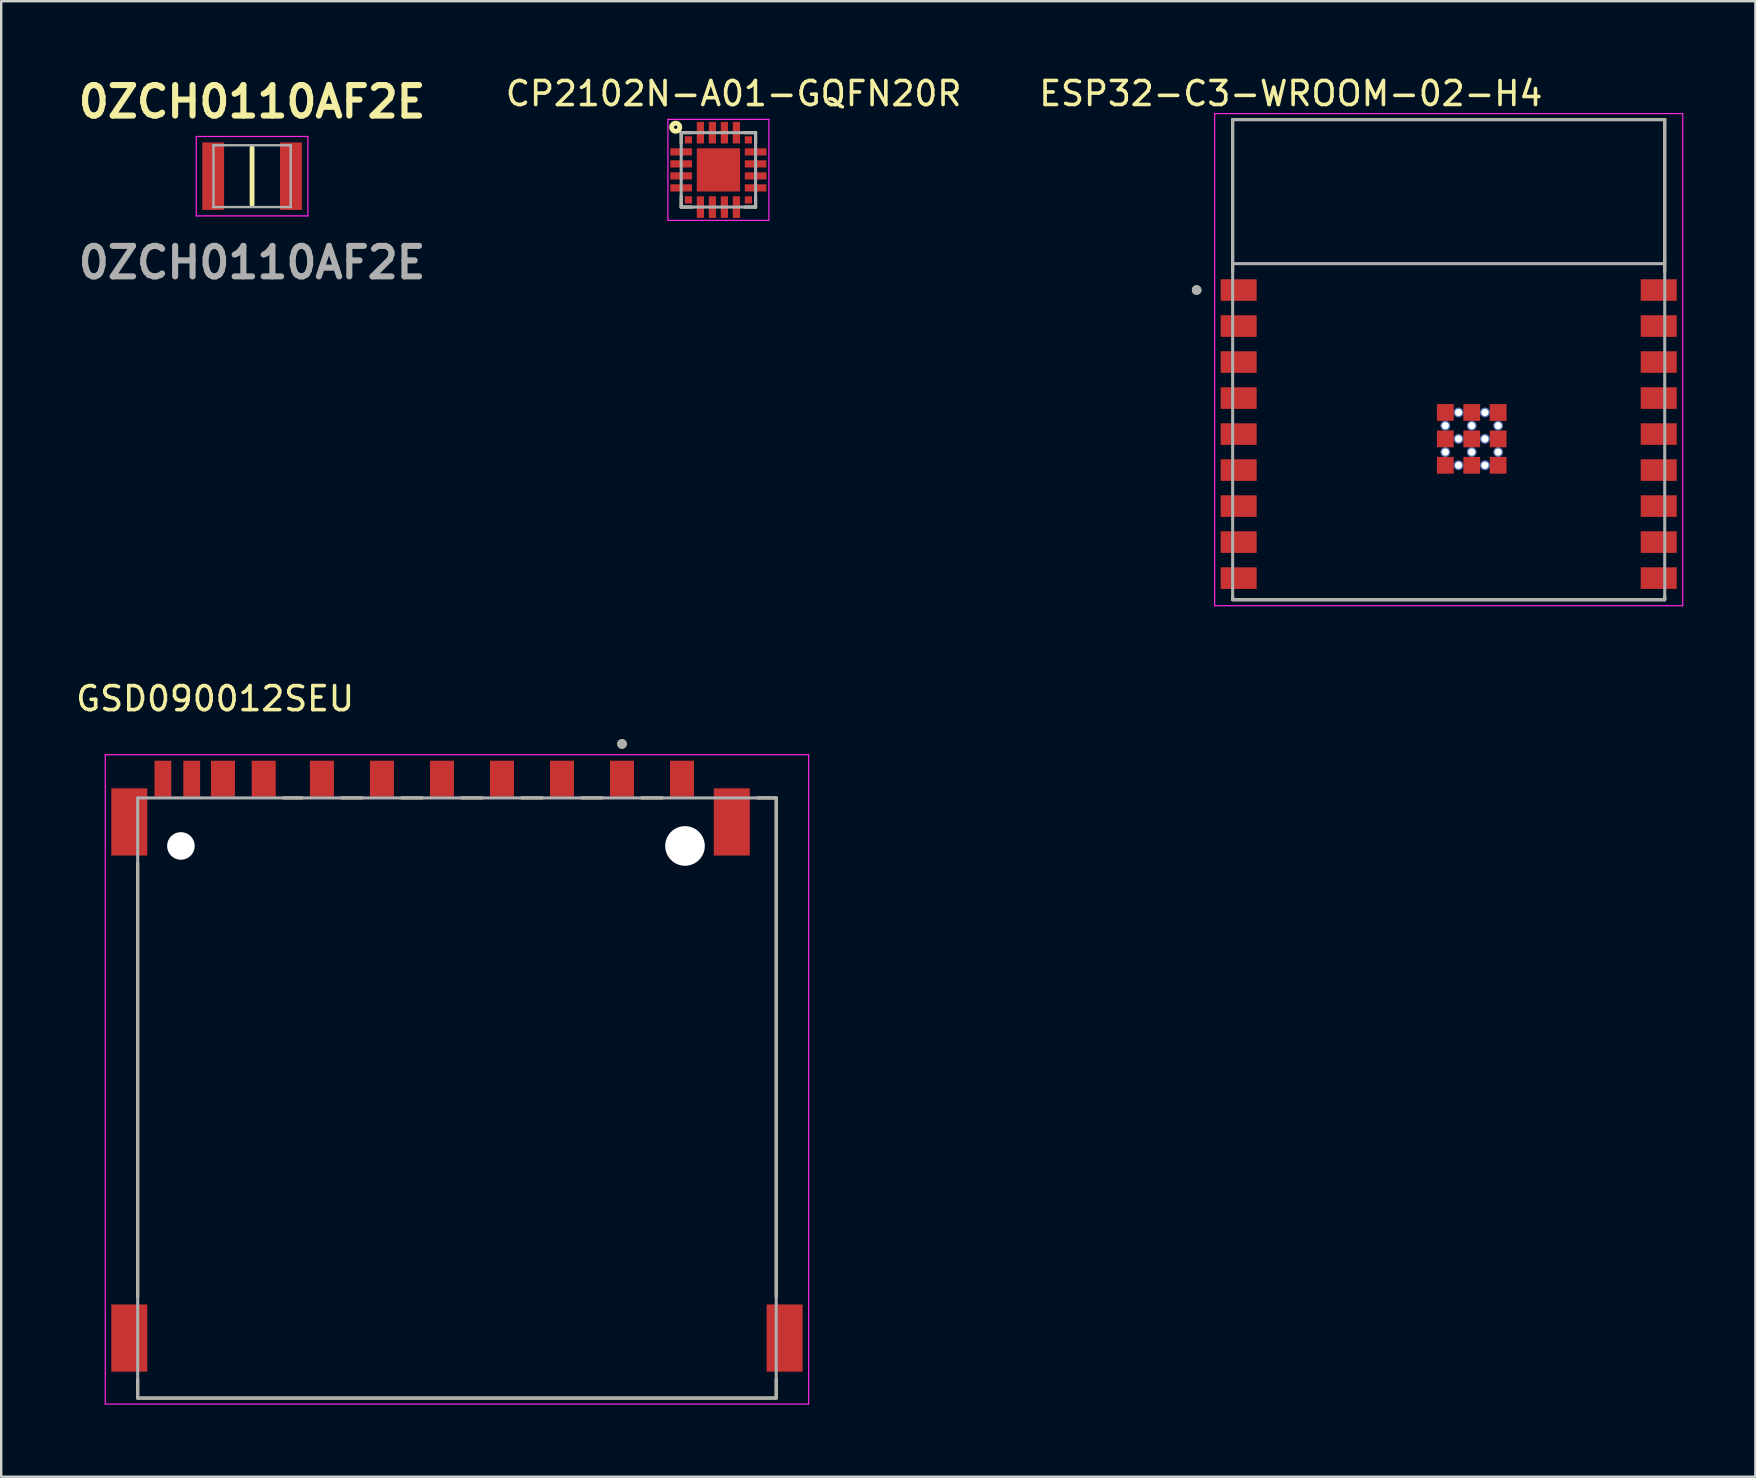
<source format=kicad_pcb>
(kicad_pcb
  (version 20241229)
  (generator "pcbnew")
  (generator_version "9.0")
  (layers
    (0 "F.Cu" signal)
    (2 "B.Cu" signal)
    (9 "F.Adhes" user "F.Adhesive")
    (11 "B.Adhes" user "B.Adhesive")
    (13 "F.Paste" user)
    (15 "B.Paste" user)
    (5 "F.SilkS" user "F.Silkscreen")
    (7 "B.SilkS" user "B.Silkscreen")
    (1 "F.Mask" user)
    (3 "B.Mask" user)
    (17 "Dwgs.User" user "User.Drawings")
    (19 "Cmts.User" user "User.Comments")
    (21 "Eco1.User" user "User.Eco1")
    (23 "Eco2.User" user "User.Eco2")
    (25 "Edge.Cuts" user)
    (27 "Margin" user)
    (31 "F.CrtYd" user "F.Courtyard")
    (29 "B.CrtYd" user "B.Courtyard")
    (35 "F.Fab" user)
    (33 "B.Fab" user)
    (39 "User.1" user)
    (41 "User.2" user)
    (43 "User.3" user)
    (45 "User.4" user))
  (footprint "ESP32-C3-WROOM-02-H4"
    (layer "F.Cu")
    (at 57.3 11.933)
    (property "Reference" "ESP32-C3-WROOM-02-H4" (at -6.575 -11.085 0) (layer "F.SilkS") (effects (font (size 1 1) (thickness 0.15))))
    (attr smd)
    (fp_line (start -9 -10) (end -9 -3.67) (stroke (width 0.127) (type solid)) (layer "F.SilkS"))
    (fp_line (start -9 10) (end -9 9.87) (stroke (width 0.127) (type solid)) (layer "F.SilkS"))
    (fp_line (start -9 10) (end 9 10) (stroke (width 0.127) (type solid)) (layer "F.SilkS"))
    (fp_line (start 9 -10) (end -9 -10) (stroke (width 0.127) (type solid)) (layer "F.SilkS"))
    (fp_line (start 9 -3.67) (end 9 -10) (stroke (width 0.127) (type solid)) (layer "F.SilkS"))
    (fp_line (start 9 10) (end 9 9.87) (stroke (width 0.127) (type solid)) (layer "F.SilkS"))
    (fp_circle (center -10.5 -2.9) (end -10.4 -2.9) (stroke (width 0.2) (type solid)) (fill no) (layer "F.SilkS"))
    (fp_line (start -9.75 -10.25) (end -9.75 10.25) (stroke (width 0.05) (type solid)) (layer "F.CrtYd"))
    (fp_line (start -9.75 10.25) (end 9.75 10.25) (stroke (width 0.05) (type solid)) (layer "F.CrtYd"))
    (fp_line (start 9.75 -10.25) (end -9.75 -10.25) (stroke (width 0.05) (type solid)) (layer "F.CrtYd"))
    (fp_line (start 9.75 10.25) (end 9.75 -10.25) (stroke (width 0.05) (type solid)) (layer "F.CrtYd"))
    (fp_line (start -9 -10) (end -9 -4) (stroke (width 0.127) (type solid)) (layer "F.Fab"))
    (fp_line (start -9 -4) (end -9 10) (stroke (width 0.127) (type solid)) (layer "F.Fab"))
    (fp_line (start -9 10) (end 9 10) (stroke (width 0.127) (type solid)) (layer "F.Fab"))
    (fp_line (start 9 -10) (end -9 -10) (stroke (width 0.127) (type solid)) (layer "F.Fab"))
    (fp_line (start 9 -4) (end -9 -4) (stroke (width 0.127) (type solid)) (layer "F.Fab"))
    (fp_line (start 9 -4) (end 9 -10) (stroke (width 0.127) (type solid)) (layer "F.Fab"))
    (fp_line (start 9 10) (end 9 -4) (stroke (width 0.127) (type solid)) (layer "F.Fab"))
    (fp_circle (center -10.5 -2.9) (end -10.4 -2.9) (stroke (width 0.2) (type solid)) (fill no) (layer "F.Fab"))
    (pad "1" smd rect (at -8.75 -2.9) (size 1.5 0.9) (layers "F.Cu" "F.Mask" "F.Paste"))
    (pad "2" smd rect (at -8.75 -1.4) (size 1.5 0.9) (layers "F.Cu" "F.Mask" "F.Paste"))
    (pad "3" smd rect (at -8.75 0.1) (size 1.5 0.9) (layers "F.Cu" "F.Mask" "F.Paste"))
    (pad "4" smd rect (at -8.75 1.6) (size 1.5 0.9) (layers "F.Cu" "F.Mask" "F.Paste"))
    (pad "5" smd rect (at -8.75 3.1) (size 1.5 0.9) (layers "F.Cu" "F.Mask" "F.Paste"))
    (pad "6" smd rect (at -8.75 4.6) (size 1.5 0.9) (layers "F.Cu" "F.Mask" "F.Paste"))
    (pad "7" smd rect (at -8.75 6.1) (size 1.5 0.9) (layers "F.Cu" "F.Mask" "F.Paste"))
    (pad "8" smd rect (at -8.75 7.6) (size 1.5 0.9) (layers "F.Cu" "F.Mask" "F.Paste"))
    (pad "9" smd rect (at -8.75 9.1) (size 1.5 0.9) (layers "F.Cu" "F.Mask" "F.Paste"))
    (pad "10" smd rect (at 8.75 9.1) (size 1.5 0.9) (layers "F.Cu" "F.Mask" "F.Paste"))
    (pad "11" smd rect (at 8.75 7.6) (size 1.5 0.9) (layers "F.Cu" "F.Mask" "F.Paste"))
    (pad "12" smd rect (at 8.75 6.1) (size 1.5 0.9) (layers "F.Cu" "F.Mask" "F.Paste"))
    (pad "13" smd rect (at 8.75 4.6) (size 1.5 0.9) (layers "F.Cu" "F.Mask" "F.Paste"))
    (pad "14" smd rect (at 8.75 3.1) (size 1.5 0.9) (layers "F.Cu" "F.Mask" "F.Paste"))
    (pad "15" smd rect (at 8.75 1.6) (size 1.5 0.9) (layers "F.Cu" "F.Mask" "F.Paste"))
    (pad "16" smd rect (at 8.75 0.1) (size 1.5 0.9) (layers "F.Cu" "F.Mask" "F.Paste"))
    (pad "17" smd rect (at 8.75 -1.4) (size 1.5 0.9) (layers "F.Cu" "F.Mask" "F.Paste"))
    (pad "18" smd rect (at 8.75 -2.9) (size 1.5 0.9) (layers "F.Cu" "F.Mask" "F.Paste"))
    (pad "19" smd rect (at -0.14 2.2) (size 0.7 0.7) (layers "F.Cu" "F.Mask" "F.Paste"))
    (pad "20" smd rect (at 0.96 2.2) (size 0.7 0.7) (layers "F.Cu" "F.Mask" "F.Paste"))
    (pad "21" smd rect (at 2.06 2.2) (size 0.7 0.7) (layers "F.Cu" "F.Mask" "F.Paste"))
    (pad "22" smd rect (at -0.14 3.3) (size 0.7 0.7) (layers "F.Cu" "F.Mask" "F.Paste"))
    (pad "23" smd rect (at 0.96 3.3) (size 0.7 0.7) (layers "F.Cu" "F.Mask" "F.Paste"))
    (pad "24" smd rect (at 2.06 3.3) (size 0.7 0.7) (layers "F.Cu" "F.Mask" "F.Paste"))
    (pad "25" smd rect (at -0.14 4.4) (size 0.7 0.7) (layers "F.Cu" "F.Mask" "F.Paste"))
    (pad "26" smd rect (at 0.96 4.4) (size 0.7 0.7) (layers "F.Cu" "F.Mask" "F.Paste"))
    (pad "27" smd rect (at 2.06 4.4) (size 0.7 0.7) (layers "F.Cu" "F.Mask" "F.Paste"))
    (pad "28" thru_hole circle (at 0.41 2.2) (size 0.4 0.4) (drill 0.3) (layers "*.Cu"))
    (pad "29" thru_hole circle (at 1.51 2.2) (size 0.4 0.4) (drill 0.3) (layers "*.Cu"))
    (pad "30" thru_hole circle (at -0.14 2.75) (size 0.4 0.4) (drill 0.3) (layers "*.Cu"))
    (pad "31" thru_hole circle (at 0.96 2.75) (size 0.4 0.4) (drill 0.3) (layers "*.Cu"))
    (pad "32" thru_hole circle (at 2.06 2.75) (size 0.4 0.4) (drill 0.3) (layers "*.Cu"))
    (pad "33" thru_hole circle (at 0.41 3.3) (size 0.4 0.4) (drill 0.3) (layers "*.Cu"))
    (pad "34" thru_hole circle (at 1.51 3.3) (size 0.4 0.4) (drill 0.3) (layers "*.Cu"))
    (pad "35" thru_hole circle (at -0.14 3.85) (size 0.4 0.4) (drill 0.3) (layers "*.Cu"))
    (pad "36" thru_hole circle (at 0.96 3.85) (size 0.4 0.4) (drill 0.3) (layers "*.Cu"))
    (pad "37" thru_hole circle (at 2.06 3.85) (size 0.4 0.4) (drill 0.3) (layers "*.Cu"))
    (pad "38" thru_hole circle (at 0.41 4.4) (size 0.4 0.4) (drill 0.3) (layers "*.Cu"))
    (pad "39" thru_hole circle (at 1.51 4.4) (size 0.4 0.4) (drill 0.3) (layers "*.Cu"))
    (zone (net_name "") (layer "F.Cu") (hatch full 0.508) (connect_pads) (min_thickness 0.01) (filled_areas_thickness no) (keepout (tracks not_allowed) (vias not_allowed) (pads not_allowed) (copperpour not_allowed) (footprints allowed)) (placement (enabled no)) (fill) (polygon (pts (xy 48.3 1.933) (xy 66.3 1.933) (xy 66.3 7.933) (xy 48.3 7.933))))
    (zone (net_name "") (layers "F.Cu" "B.Cu") (hatch full 0.508) (connect_pads) (min_thickness 0.01) (filled_areas_thickness no) (keepout (tracks allowed) (vias not_allowed) (pads allowed) (copperpour allowed) (footprints allowed)) (placement (enabled no)) (fill) (polygon (pts (xy 48.3 1.933) (xy 66.3 1.933) (xy 66.3 7.933) (xy 48.3 7.933))))
    (zone (net_name "") (layer "B.Cu") (hatch full 0.508) (connect_pads) (min_thickness 0.01) (filled_areas_thickness no) (keepout (tracks not_allowed) (vias not_allowed) (pads not_allowed) (copperpour not_allowed) (footprints allowed)) (placement (enabled no)) (fill) (polygon (pts (xy 48.3 1.933) (xy 66.3 1.933) (xy 66.3 7.933) (xy 48.3 7.933)))))
  (footprint "GSD090012SEU"
    (layer "F.Cu")
    (at 15.986 42.691)
    (property "Reference" "GSD090012SEU" (at -10.075 -16.635 0) (layer "F.SilkS") (effects (font (size 1 1) (thickness 0.15))))
    (attr smd)
    (fp_line (start -13.3 -9.78) (end -13.3 8.28) (stroke (width 0.127) (type solid)) (layer "F.SilkS"))
    (fp_line (start -13.3 12.5) (end -13.3 11.72) (stroke (width 0.127) (type solid)) (layer "F.SilkS"))
    (fp_line (start -7.23 -12.5) (end -6.445 -12.5) (stroke (width 0.127) (type solid)) (layer "F.SilkS"))
    (fp_line (start -4.805 -12.5) (end -3.945 -12.5) (stroke (width 0.127) (type solid)) (layer "F.SilkS"))
    (fp_line (start -2.305 -12.5) (end -1.445 -12.5) (stroke (width 0.127) (type solid)) (layer "F.SilkS"))
    (fp_line (start 0.195 -12.5) (end 1.055 -12.5) (stroke (width 0.127) (type solid)) (layer "F.SilkS"))
    (fp_line (start 2.695 -12.5) (end 3.555 -12.5) (stroke (width 0.127) (type solid)) (layer "F.SilkS"))
    (fp_line (start 5.195 -12.5) (end 6.055 -12.5) (stroke (width 0.127) (type solid)) (layer "F.SilkS"))
    (fp_line (start 7.695 -12.5) (end 8.555 -12.5) (stroke (width 0.127) (type solid)) (layer "F.SilkS"))
    (fp_line (start 12.52 -12.5) (end 13.3 -12.5) (stroke (width 0.127) (type solid)) (layer "F.SilkS"))
    (fp_line (start 13.3 -12.5) (end 13.3 8.28) (stroke (width 0.127) (type solid)) (layer "F.SilkS"))
    (fp_line (start 13.3 12.5) (end -13.3 12.5) (stroke (width 0.127) (type solid)) (layer "F.SilkS"))
    (fp_line (start 13.3 12.5) (end 13.3 11.72) (stroke (width 0.127) (type solid)) (layer "F.SilkS"))
    (fp_circle (center 6.875 -14.75) (end 6.975 -14.75) (stroke (width 0.2) (type solid)) (fill no) (layer "F.SilkS"))
    (fp_line (start -14.65 -14.3) (end -14.65 12.75) (stroke (width 0.05) (type solid)) (layer "F.CrtYd"))
    (fp_line (start -14.65 12.75) (end 14.65 12.75) (stroke (width 0.05) (type solid)) (layer "F.CrtYd"))
    (fp_line (start 14.65 -14.3) (end -14.65 -14.3) (stroke (width 0.05) (type solid)) (layer "F.CrtYd"))
    (fp_line (start 14.65 12.75) (end 14.65 -14.3) (stroke (width 0.05) (type solid)) (layer "F.CrtYd"))
    (fp_line (start -13.3 -12.5) (end 13.3 -12.5) (stroke (width 0.127) (type solid)) (layer "F.Fab"))
    (fp_line (start -13.3 12.5) (end -13.3 -12.5) (stroke (width 0.127) (type solid)) (layer "F.Fab"))
    (fp_line (start 13.3 -12.5) (end 13.3 12.5) (stroke (width 0.127) (type solid)) (layer "F.Fab"))
    (fp_line (start 13.3 12.5) (end -13.3 12.5) (stroke (width 0.127) (type solid)) (layer "F.Fab"))
    (fp_circle (center 6.875 -14.75) (end 6.975 -14.75) (stroke (width 0.2) (type solid)) (fill no) (layer "F.Fab"))
    (pad "" np_thru_hole circle (at -11.5 -10.5) (size 1.15 1.15) (drill 1.15) (layers "*.Cu" "*.Mask"))
    (pad "" np_thru_hole circle (at 9.5 -10.5) (size 1.65 1.65) (drill 1.65) (layers "*.Cu" "*.Mask"))
    (pad "1" smd rect (at 6.875 -13.3) (size 1 1.5) (layers "F.Cu" "F.Mask" "F.Paste"))
    (pad "2" smd rect (at 4.375 -13.3) (size 1 1.5) (layers "F.Cu" "F.Mask" "F.Paste"))
    (pad "3" smd rect (at 1.875 -13.3) (size 1 1.5) (layers "F.Cu" "F.Mask" "F.Paste"))
    (pad "4" smd rect (at -0.625 -13.3) (size 1 1.5) (layers "F.Cu" "F.Mask" "F.Paste"))
    (pad "5" smd rect (at -3.125 -13.3) (size 1 1.5) (layers "F.Cu" "F.Mask" "F.Paste"))
    (pad "6" smd rect (at -5.625 -13.3) (size 1 1.5) (layers "F.Cu" "F.Mask" "F.Paste"))
    (pad "7" smd rect (at -8.05 -13.3) (size 1 1.5) (layers "F.Cu" "F.Mask" "F.Paste"))
    (pad "8" smd rect (at -9.75 -13.3) (size 1 1.5) (layers "F.Cu" "F.Mask" "F.Paste"))
    (pad "9" smd rect (at 9.375 -13.3) (size 1 1.5) (layers "F.Cu" "F.Mask" "F.Paste"))
    (pad "CD_IND" smd rect (at -11.05 -13.3) (size 0.7 1.5) (layers "F.Cu" "F.Mask" "F.Paste"))
    (pad "G1" smd rect (at -13.65 -11.5) (size 1.5 2.8) (layers "F.Cu" "F.Mask" "F.Paste"))
    (pad "G2" smd rect (at 11.45 -11.5) (size 1.5 2.8) (layers "F.Cu" "F.Mask" "F.Paste"))
    (pad "G3" smd rect (at 13.65 10) (size 1.5 2.8) (layers "F.Cu" "F.Mask" "F.Paste"))
    (pad "G4" smd rect (at -13.65 10) (size 1.5 2.8) (layers "F.Cu" "F.Mask" "F.Paste"))
    (pad "WP" smd rect (at -12.25 -13.3) (size 0.7 1.5) (layers "F.Cu" "F.Mask" "F.Paste"))
    (zone (net_name "") (layer "F.Cu") (hatch full 0.508) (connect_pads) (min_thickness 0.01) (filled_areas_thickness no) (keepout (tracks not_allowed) (vias not_allowed) (pads not_allowed) (copperpour not_allowed) (footprints allowed)) (placement (enabled no)) (fill) (polygon (pts (xy 5.486 37.342) (xy 26.486 37.342) (xy 26.486 42.642) (xy 5.486 42.642))))
    (zone (net_name "") (layers "F.Cu" "B.Cu") (hatch full 0.508) (connect_pads) (min_thickness 0.01) (filled_areas_thickness no) (keepout (tracks allowed) (vias not_allowed) (pads allowed) (copperpour allowed) (footprints allowed)) (placement (enabled no)) (fill) (polygon (pts (xy 5.486 37.342) (xy 26.486 37.342) (xy 26.486 42.642) (xy 5.486 42.642)))))
  (footprint "CP2102N-A01-GQFN20R"
    (layer "F.Cu")
    (at 26.877 4.027)
    (property "Reference" "CP2102N-A01-GQFN20R" (at 0.636 -3.178 0) (layer "F.SilkS") (effects (font (size 1.001 1.001) (thickness 0.15))))
    (attr smd)
    (fp_line (start -1.55 -1.55) (end -1.55 -1.12) (stroke (width 0.127) (type solid)) (layer "F.SilkS"))
    (fp_line (start -1.55 -1.55) (end -1.11 -1.55) (stroke (width 0.127) (type solid)) (layer "F.SilkS"))
    (fp_line (start -1.55 1.55) (end -1.55 1.1) (stroke (width 0.127) (type solid)) (layer "F.SilkS"))
    (fp_line (start -1.55 1.55) (end -1.1 1.55) (stroke (width 0.127) (type solid)) (layer "F.SilkS"))
    (fp_line (start 1.1 1.55) (end 1.55 1.55) (stroke (width 0.127) (type solid)) (layer "F.SilkS"))
    (fp_line (start 1.11 -1.55) (end 1.55 -1.55) (stroke (width 0.127) (type solid)) (layer "F.SilkS"))
    (fp_line (start 1.55 -1.55) (end 1.55 -1.1) (stroke (width 0.127) (type solid)) (layer "F.SilkS"))
    (fp_line (start 1.55 1.55) (end 1.55 1.12) (stroke (width 0.127) (type solid)) (layer "F.SilkS"))
    (fp_circle (center -1.778 -1.778) (end -1.708 -1.778) (stroke (width 0.2) (type solid)) (fill no) (layer "F.SilkS"))
    (fp_line (start -2.104 -2.104) (end 2.104 -2.104) (stroke (width 0.05) (type solid)) (layer "F.CrtYd"))
    (fp_line (start -2.104 2.104) (end -2.104 -2.104) (stroke (width 0.05) (type solid)) (layer "F.CrtYd"))
    (fp_line (start 2.104 -2.104) (end 2.104 2.104) (stroke (width 0.05) (type solid)) (layer "F.CrtYd"))
    (fp_line (start 2.104 2.104) (end -2.104 2.104) (stroke (width 0.05) (type solid)) (layer "F.CrtYd"))
    (fp_line (start -1.55 -1.55) (end 1.55 -1.55) (stroke (width 0.127) (type solid)) (layer "F.Fab"))
    (fp_line (start -1.55 1.55) (end -1.55 -1.55) (stroke (width 0.127) (type solid)) (layer "F.Fab"))
    (fp_line (start 1.55 -1.55) (end 1.55 1.55) (stroke (width 0.127) (type solid)) (layer "F.Fab"))
    (fp_line (start 1.55 1.55) (end -1.55 1.55) (stroke (width 0.127) (type solid)) (layer "F.Fab"))
    (pad "1" smd rect (at -1.25 -1.25) (size 0.3 0.3) (layers "F.Cu" "F.Mask" "F.Paste"))
    (pad "2" smd rect (at -1.55 -0.75) (size 0.9 0.3) (layers "F.Cu" "F.Mask" "F.Paste"))
    (pad "3" smd rect (at -1.55 -0.25) (size 0.9 0.3) (layers "F.Cu" "F.Mask" "F.Paste"))
    (pad "4" smd rect (at -1.55 0.25) (size 0.9 0.3) (layers "F.Cu" "F.Mask" "F.Paste"))
    (pad "5" smd rect (at -1.55 0.75) (size 0.9 0.3) (layers "F.Cu" "F.Mask" "F.Paste"))
    (pad "6" smd rect (at -1.25 1.25) (size 0.3 0.3) (layers "F.Cu" "F.Mask" "F.Paste"))
    (pad "7" smd rect (at -0.75 1.55) (size 0.3 0.9) (layers "F.Cu" "F.Mask" "F.Paste"))
    (pad "8" smd rect (at -0.25 1.55) (size 0.3 0.9) (layers "F.Cu" "F.Mask" "F.Paste"))
    (pad "9" smd rect (at 0.25 1.55) (size 0.3 0.9) (layers "F.Cu" "F.Mask" "F.Paste"))
    (pad "10" smd rect (at 0.75 1.55) (size 0.3 0.9) (layers "F.Cu" "F.Mask" "F.Paste"))
    (pad "11" smd rect (at 1.25 1.25) (size 0.3 0.3) (layers "F.Cu" "F.Mask" "F.Paste"))
    (pad "12" smd rect (at 1.55 0.75) (size 0.9 0.3) (layers "F.Cu" "F.Mask" "F.Paste"))
    (pad "13" smd rect (at 1.55 0.25) (size 0.9 0.3) (layers "F.Cu" "F.Mask" "F.Paste"))
    (pad "14" smd rect (at 1.55 -0.25) (size 0.9 0.3) (layers "F.Cu" "F.Mask" "F.Paste"))
    (pad "15" smd rect (at 1.55 -0.75) (size 0.9 0.3) (layers "F.Cu" "F.Mask" "F.Paste"))
    (pad "16" smd rect (at 1.25 -1.25) (size 0.3 0.3) (layers "F.Cu" "F.Mask" "F.Paste"))
    (pad "17" smd rect (at 0.75 -1.55) (size 0.3 0.9) (layers "F.Cu" "F.Mask" "F.Paste"))
    (pad "18" smd rect (at 0.25 -1.55) (size 0.3 0.9) (layers "F.Cu" "F.Mask" "F.Paste"))
    (pad "19" smd rect (at -0.25 -1.55) (size 0.3 0.9) (layers "F.Cu" "F.Mask" "F.Paste"))
    (pad "20" smd rect (at -0.75 -1.55) (size 0.3 0.9) (layers "F.Cu" "F.Mask" "F.Paste"))
    (pad "21" smd rect (at 0 0) (size 1.8 1.8) (layers "F.Cu" "F.Mask" "F.Paste")))
  (footprint "0ZCH0110AF2E"
    (layer "F.Cu")
    (at 7.451 4.289)
    (property "Reference" "0ZCH0110AF2E" (at 0 -3.1 0) (layer "F.SilkS") (effects (font (size 1.27 1.27) (thickness 0.254))))
    (attr smd)
    (fp_line (start 0 -1.188) (end 0 1.188) (stroke (width 0.2) (type solid)) (layer "F.SilkS"))
    (fp_line (start -2.325 -1.655) (end 2.325 -1.655) (stroke (width 0.05) (type solid)) (layer "F.CrtYd"))
    (fp_line (start -2.325 1.655) (end -2.325 -1.655) (stroke (width 0.05) (type solid)) (layer "F.CrtYd"))
    (fp_line (start 2.325 -1.655) (end 2.325 1.655) (stroke (width 0.05) (type solid)) (layer "F.CrtYd"))
    (fp_line (start 2.325 1.655) (end -2.325 1.655) (stroke (width 0.05) (type solid)) (layer "F.CrtYd"))
    (fp_line (start -1.608 -1.288) (end 1.608 -1.288) (stroke (width 0.1) (type solid)) (layer "F.Fab"))
    (fp_line (start -1.608 1.288) (end -1.608 -1.288) (stroke (width 0.1) (type solid)) (layer "F.Fab"))
    (fp_line (start 1.608 -1.288) (end 1.608 1.288) (stroke (width 0.1) (type solid)) (layer "F.Fab"))
    (fp_line (start 1.608 1.288) (end -1.608 1.288) (stroke (width 0.1) (type solid)) (layer "F.Fab"))
    (fp_text user "${REFERENCE}" (at 0 3.6 0) (layer "F.Fab") (effects (font (size 1.27 1.27) (thickness 0.254))))
    (pad "1" smd rect (at -1.62 0) (size 0.91 2.81) (layers "F.Cu" "F.Mask" "F.Paste"))
    (pad "2" smd rect (at 1.62 0) (size 0.91 2.81) (layers "F.Cu" "F.Mask" "F.Paste")))
  (gr_rect
    (start -3 -3)
    (end 70.075 58.467)
    (stroke (width 0.1) (type default))
    (fill no)
    (layer "Edge.Cuts")))
</source>
